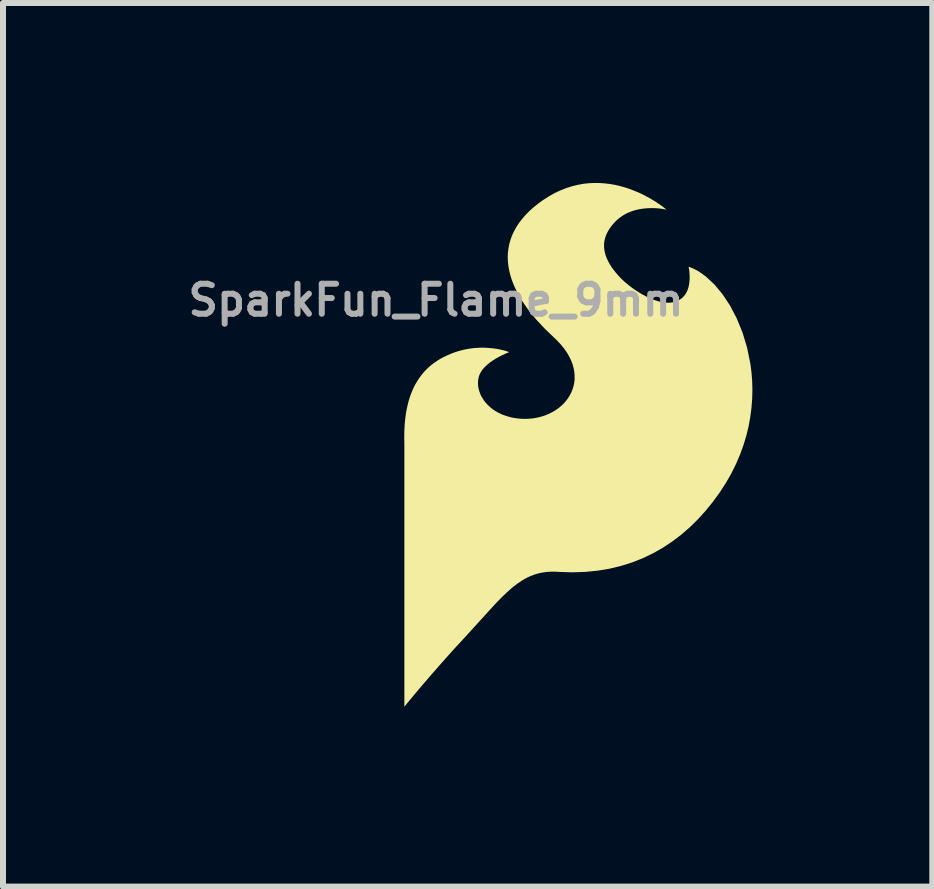
<source format=kicad_pcb>
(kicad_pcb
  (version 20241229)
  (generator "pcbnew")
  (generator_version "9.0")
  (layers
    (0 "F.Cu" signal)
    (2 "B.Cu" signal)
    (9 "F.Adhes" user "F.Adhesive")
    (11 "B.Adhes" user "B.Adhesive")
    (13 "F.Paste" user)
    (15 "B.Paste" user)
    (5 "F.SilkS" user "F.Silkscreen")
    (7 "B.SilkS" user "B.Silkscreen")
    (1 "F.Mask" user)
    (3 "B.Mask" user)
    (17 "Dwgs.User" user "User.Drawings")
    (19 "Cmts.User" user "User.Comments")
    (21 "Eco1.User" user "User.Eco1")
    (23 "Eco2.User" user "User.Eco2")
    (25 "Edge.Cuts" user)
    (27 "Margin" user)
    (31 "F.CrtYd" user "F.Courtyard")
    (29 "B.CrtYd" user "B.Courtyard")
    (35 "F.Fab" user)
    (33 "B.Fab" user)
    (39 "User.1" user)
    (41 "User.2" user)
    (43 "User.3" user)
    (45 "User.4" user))
  (footprint "SparkFun_Flame_9mm"
    (layer "F.Cu")
    (at 6.591 4.365)
    (property "Reference" "SparkFun_Flame_9mm" (at -2.372 -2.411 0) (layer "F.Fab") (effects (font (size 0.5 0.5) (thickness 0.1))))
    (attr board_only exclude_from_pos_files exclude_from_bom)
    (fp_poly (pts (xy 0.355 -4.364) (xy 0.441 -4.358) (xy 0.525 -4.348) (xy 0.606 -4.334) (xy 0.685 -4.316) (xy 0.762 -4.295) (xy 0.835 -4.272) (xy 0.905 -4.246) (xy 0.972 -4.219) (xy 1.036 -4.191) (xy 1.096 -4.162) (xy 1.204 -4.103) (xy 1.296 -4.047) (xy 1.37 -3.997) (xy 1.425 -3.956) (xy 1.47 -3.92) (xy 1.446 -3.925) (xy 1.379 -3.936) (xy 1.333 -3.941) (xy 1.279 -3.945) (xy 1.22 -3.946) (xy 1.155 -3.944) (xy 1.087 -3.938) (xy 1.016 -3.927) (xy 0.943 -3.91) (xy 0.907 -3.899) (xy 0.871 -3.886) (xy 0.834 -3.871) (xy 0.799 -3.854) (xy 0.763 -3.835) (xy 0.729 -3.813) (xy 0.695 -3.789) (xy 0.662 -3.763) (xy 0.63 -3.734) (xy 0.599 -3.702) (xy 0.561 -3.658) (xy 0.527 -3.613) (xy 0.498 -3.567) (xy 0.474 -3.52) (xy 0.464 -3.497) (xy 0.455 -3.473) (xy 0.447 -3.448) (xy 0.441 -3.424) (xy 0.435 -3.399) (xy 0.432 -3.374) (xy 0.429 -3.349) (xy 0.429 -3.323) (xy 0.429 -3.298) (xy 0.431 -3.271) (xy 0.435 -3.245) (xy 0.44 -3.218) (xy 0.446 -3.191) (xy 0.454 -3.163) (xy 0.464 -3.136) (xy 0.475 -3.108) (xy 0.488 -3.079) (xy 0.502 -3.05) (xy 0.518 -3.021) (xy 0.536 -2.991) (xy 0.556 -2.961) (xy 0.577 -2.931) (xy 0.625 -2.869) (xy 0.67 -2.818) (xy 0.718 -2.767) (xy 0.771 -2.718) (xy 0.828 -2.67) (xy 0.887 -2.624) (xy 0.949 -2.58) (xy 1.012 -2.539) (xy 1.077 -2.501) (xy 1.142 -2.467) (xy 1.207 -2.437) (xy 1.271 -2.412) (xy 1.335 -2.392) (xy 1.397 -2.378) (xy 1.427 -2.373) (xy 1.456 -2.37) (xy 1.485 -2.368) (xy 1.513 -2.368) (xy 1.54 -2.37) (xy 1.567 -2.374) (xy 1.602 -2.382) (xy 1.635 -2.392) (xy 1.664 -2.405) (xy 1.691 -2.42) (xy 1.716 -2.437) (xy 1.738 -2.455) (xy 1.758 -2.476) (xy 1.775 -2.497) (xy 1.791 -2.52) (xy 1.804 -2.544) (xy 1.816 -2.568) (xy 1.826 -2.594) (xy 1.834 -2.62) (xy 1.841 -2.646) (xy 1.846 -2.672) (xy 1.85 -2.698) (xy 1.855 -2.75) (xy 1.856 -2.8) (xy 1.854 -2.845) (xy 1.851 -2.886) (xy 1.847 -2.92) (xy 1.842 -2.946) (xy 1.838 -2.969) (xy 1.91 -2.941) (xy 1.983 -2.904) (xy 2.055 -2.858) (xy 2.127 -2.804) (xy 2.269 -2.672) (xy 2.404 -2.51) (xy 2.529 -2.321) (xy 2.641 -2.107) (xy 2.737 -1.872) (xy 2.814 -1.617) (xy 2.869 -1.346) (xy 2.887 -1.205) (xy 2.898 -1.061) (xy 2.902 -0.914) (xy 2.898 -0.765) (xy 2.886 -0.613) (xy 2.866 -0.46) (xy 2.838 -0.305) (xy 2.8 -0.149) (xy 2.752 0.008) (xy 2.695 0.165) (xy 2.627 0.323) (xy 2.549 0.48) (xy 2.459 0.637) (xy 2.358 0.793) (xy 2.243 0.951) (xy 2.121 1.101) (xy 1.993 1.242) (xy 1.858 1.375) (xy 1.716 1.498) (xy 1.567 1.611) (xy 1.411 1.715) (xy 1.248 1.807) (xy 1.078 1.889) (xy 0.9 1.96) (xy 0.715 2.018) (xy 0.523 2.065) (xy 0.323 2.098) (xy 0.115 2.119) (xy -0.1 2.126) (xy -0.323 2.119) (xy -0.382 2.115) (xy -0.439 2.115) (xy -0.494 2.117) (xy -0.548 2.122) (xy -0.6 2.13) (xy -0.65 2.14) (xy -0.699 2.153) (xy -0.747 2.169) (xy -0.794 2.187) (xy -0.84 2.208) (xy -0.885 2.231) (xy -0.93 2.257) (xy -1.017 2.315) (xy -1.103 2.382) (xy -1.189 2.458) (xy -1.276 2.541) (xy -1.365 2.632) (xy -1.456 2.731) (xy -1.871 3.187) (xy -2.075 3.408) (xy -2.266 3.622) (xy -2.441 3.821) (xy -2.594 3.999) (xy -2.721 4.149) (xy -2.817 4.264) (xy -2.9 4.365) (xy -2.9 -0.03) (xy -2.902 -0.118) (xy -2.901 -0.201) (xy -2.898 -0.282) (xy -2.893 -0.36) (xy -2.886 -0.434) (xy -2.876 -0.506) (xy -2.865 -0.574) (xy -2.851 -0.64) (xy -2.836 -0.703) (xy -2.819 -0.763) (xy -2.8 -0.821) (xy -2.779 -0.875) (xy -2.757 -0.928) (xy -2.733 -0.978) (xy -2.707 -1.025) (xy -2.68 -1.07) (xy -2.652 -1.113) (xy -2.622 -1.154) (xy -2.591 -1.192) (xy -2.559 -1.229) (xy -2.525 -1.263) (xy -2.491 -1.296) (xy -2.455 -1.327) (xy -2.418 -1.355) (xy -2.38 -1.382) (xy -2.342 -1.408) (xy -2.302 -1.432) (xy -2.262 -1.454) (xy -2.18 -1.494) (xy -2.095 -1.529) (xy -2.047 -1.546) (xy -2 -1.561) (xy -1.954 -1.574) (xy -1.908 -1.585) (xy -1.863 -1.594) (xy -1.819 -1.602) (xy -1.775 -1.608) (xy -1.733 -1.613) (xy -1.691 -1.616) (xy -1.65 -1.618) (xy -1.611 -1.619) (xy -1.573 -1.619) (xy -1.535 -1.617) (xy -1.5 -1.615) (xy -1.432 -1.609) (xy -1.371 -1.601) (xy -1.316 -1.591) (xy -1.268 -1.58) (xy -1.228 -1.57) (xy -1.195 -1.56) (xy -1.172 -1.552) (xy -1.152 -1.545) (xy -1.213 -1.52) (xy -1.277 -1.49) (xy -1.314 -1.471) (xy -1.354 -1.449) (xy -1.395 -1.425) (xy -1.436 -1.398) (xy -1.477 -1.369) (xy -1.516 -1.337) (xy -1.553 -1.303) (xy -1.57 -1.285) (xy -1.586 -1.267) (xy -1.601 -1.248) (xy -1.615 -1.228) (xy -1.627 -1.208) (xy -1.638 -1.188) (xy -1.649 -1.163) (xy -1.658 -1.138) (xy -1.664 -1.111) (xy -1.669 -1.084) (xy -1.672 -1.056) (xy -1.673 -1.028) (xy -1.672 -1) (xy -1.669 -0.971) (xy -1.664 -0.942) (xy -1.657 -0.913) (xy -1.648 -0.884) (xy -1.637 -0.855) (xy -1.625 -0.826) (xy -1.61 -0.798) (xy -1.593 -0.77) (xy -1.575 -0.742) (xy -1.555 -0.715) (xy -1.532 -0.689) (xy -1.508 -0.663) (xy -1.482 -0.638) (xy -1.454 -0.614) (xy -1.424 -0.591) (xy -1.393 -0.57) (xy -1.359 -0.549) (xy -1.324 -0.53) (xy -1.286 -0.512) (xy -1.247 -0.496) (xy -1.206 -0.482) (xy -1.163 -0.469) (xy -1.119 -0.457) (xy -1.072 -0.448) (xy -1.024 -0.441) (xy -0.953 -0.434) (xy -0.882 -0.432) (xy -0.813 -0.435) (xy -0.746 -0.442) (xy -0.681 -0.454) (xy -0.617 -0.47) (xy -0.556 -0.489) (xy -0.498 -0.513) (xy -0.442 -0.54) (xy -0.389 -0.571) (xy -0.339 -0.605) (xy -0.292 -0.643) (xy -0.249 -0.683) (xy -0.21 -0.726) (xy -0.175 -0.772) (xy -0.145 -0.82) (xy -0.118 -0.871) (xy -0.097 -0.924) (xy -0.08 -0.978) (xy -0.068 -1.035) (xy -0.062 -1.093) (xy -0.062 -1.153) (xy -0.067 -1.214) (xy -0.078 -1.276) (xy -0.095 -1.339) (xy -0.119 -1.403) (xy -0.15 -1.467) (xy -0.187 -1.532) (xy -0.232 -1.597) (xy -0.284 -1.663) (xy -0.344 -1.728) (xy -0.411 -1.793) (xy -0.562 -1.938) (xy -0.699 -2.085) (xy -0.762 -2.159) (xy -0.821 -2.233) (xy -0.875 -2.308) (xy -0.926 -2.383) (xy -0.972 -2.458) (xy -1.014 -2.533) (xy -1.051 -2.608) (xy -1.084 -2.683) (xy -1.112 -2.758) (xy -1.135 -2.833) (xy -1.153 -2.908) (xy -1.166 -2.982) (xy -1.174 -3.056) (xy -1.177 -3.13) (xy -1.174 -3.203) (xy -1.165 -3.275) (xy -1.151 -3.347) (xy -1.131 -3.418) (xy -1.105 -3.489) (xy -1.073 -3.559) (xy -1.035 -3.627) (xy -0.991 -3.695) (xy -0.94 -3.762) (xy -0.883 -3.828) (xy -0.82 -3.893) (xy -0.749 -3.957) (xy -0.672 -4.019) (xy -0.588 -4.08) (xy -0.489 -4.143) (xy -0.392 -4.198) (xy -0.294 -4.243) (xy -0.198 -4.281) (xy -0.102 -4.311) (xy -0.008 -4.334) (xy 0.085 -4.351) (xy 0.177 -4.361) (xy 0.267 -4.365)) (stroke (width -0.000001) (type solid)) (fill yes) (layer "F.SilkS")))
  (gr_rect
    (start -3 -3)
    (end 12.492 11.73)
    (stroke (width 0.1) (type default))
    (fill no)
    (layer "Edge.Cuts")))
</source>
